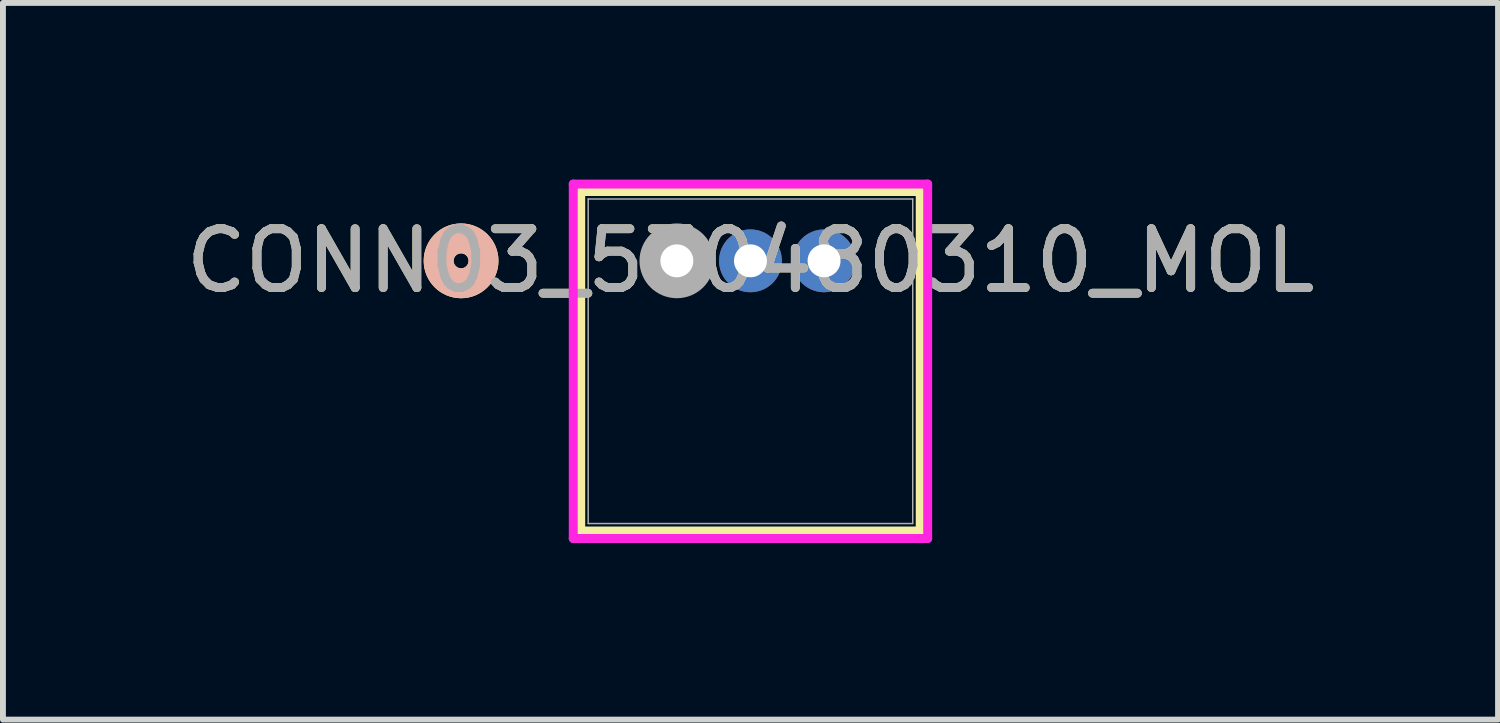
<source format=kicad_pcb>
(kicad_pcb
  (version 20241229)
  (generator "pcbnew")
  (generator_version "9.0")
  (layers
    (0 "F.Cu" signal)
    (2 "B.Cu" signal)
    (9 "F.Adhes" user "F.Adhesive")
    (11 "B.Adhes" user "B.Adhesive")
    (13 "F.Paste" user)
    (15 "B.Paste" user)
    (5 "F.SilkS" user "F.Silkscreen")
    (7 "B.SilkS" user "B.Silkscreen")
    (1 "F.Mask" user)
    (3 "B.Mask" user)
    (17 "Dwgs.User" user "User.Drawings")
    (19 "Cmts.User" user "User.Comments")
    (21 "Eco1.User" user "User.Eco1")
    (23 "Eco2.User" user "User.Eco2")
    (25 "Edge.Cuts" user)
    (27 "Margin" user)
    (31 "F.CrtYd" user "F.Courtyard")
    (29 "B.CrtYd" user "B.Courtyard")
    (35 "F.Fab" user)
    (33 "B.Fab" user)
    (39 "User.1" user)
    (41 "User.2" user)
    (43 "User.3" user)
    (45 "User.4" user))
  (footprint "CONN03_530480310_MOL"
    (layer "F.Cu")
    (at 8.446 1.38)
    (property "Reference" "CONN03_530480310_MOL" (at 1.25 0 0) (unlocked yes) (layer "F.SilkS") (effects (font (size 1 1) (thickness 0.15))))
    (attr through_hole)
    (fp_line (start -1.633 -1.177) (end -1.633 4.589) (stroke (width 0.152) (type solid)) (layer "F.SilkS"))
    (fp_line (start -1.633 4.589) (end 4.133 4.589) (stroke (width 0.152) (type solid)) (layer "F.SilkS"))
    (fp_line (start 4.133 -1.177) (end -1.633 -1.177) (stroke (width 0.152) (type solid)) (layer "F.SilkS"))
    (fp_line (start 4.133 4.589) (end 4.133 -1.177) (stroke (width 0.152) (type solid)) (layer "F.SilkS"))
    (fp_circle (center -3.665 0) (end -3.284 0) (stroke (width 0.508) (type solid)) (fill no) (layer "F.SilkS"))
    (fp_circle (center -3.665 0) (end -3.284 0) (stroke (width 0.508) (type solid)) (fill no) (layer "B.SilkS"))
    (fp_line (start -1.76 -1.304) (end -1.76 4.716) (stroke (width 0.152) (type solid)) (layer "F.CrtYd"))
    (fp_line (start -1.76 4.716) (end 4.26 4.716) (stroke (width 0.152) (type solid)) (layer "F.CrtYd"))
    (fp_line (start 4.26 -1.304) (end -1.76 -1.304) (stroke (width 0.152) (type solid)) (layer "F.CrtYd"))
    (fp_line (start 4.26 4.716) (end 4.26 -1.304) (stroke (width 0.152) (type solid)) (layer "F.CrtYd"))
    (fp_line (start -1.506 -1.05) (end -1.506 4.462) (stroke (width 0.025) (type solid)) (layer "F.Fab"))
    (fp_line (start -1.506 4.462) (end 4.006 4.462) (stroke (width 0.025) (type solid)) (layer "F.Fab"))
    (fp_line (start 4.006 -1.05) (end -1.506 -1.05) (stroke (width 0.025) (type solid)) (layer "F.Fab"))
    (fp_line (start 4.006 4.462) (end 4.006 -1.05) (stroke (width 0.025) (type solid)) (layer "F.Fab"))
    (fp_circle (center 0 0) (end 0.381 0) (stroke (width 0.508) (type solid)) (fill no) (layer "F.Fab"))
    (fp_text user "${REFERENCE}" (at 1.25 0 0) (unlocked yes) (layer "F.Fab") (effects (font (size 1 1) (thickness 0.15))))
    (pad "1" thru_hole circle (at 0 0) (size 1.067 1.067) (drill 0.559) (layers "*.Cu" "*.Mask"))
    (pad "2" thru_hole circle (at 1.25 0) (size 1.067 1.067) (drill 0.559) (layers "*.Cu" "*.Mask"))
    (pad "3" thru_hole circle (at 2.5 0) (size 1.067 1.067) (drill 0.559) (layers "*.Cu" "*.Mask")))
  (gr_rect
    (start -3 -3)
    (end 22.393 9.172)
    (stroke (width 0.1) (type default))
    (fill no)
    (layer "Edge.Cuts")))
</source>
